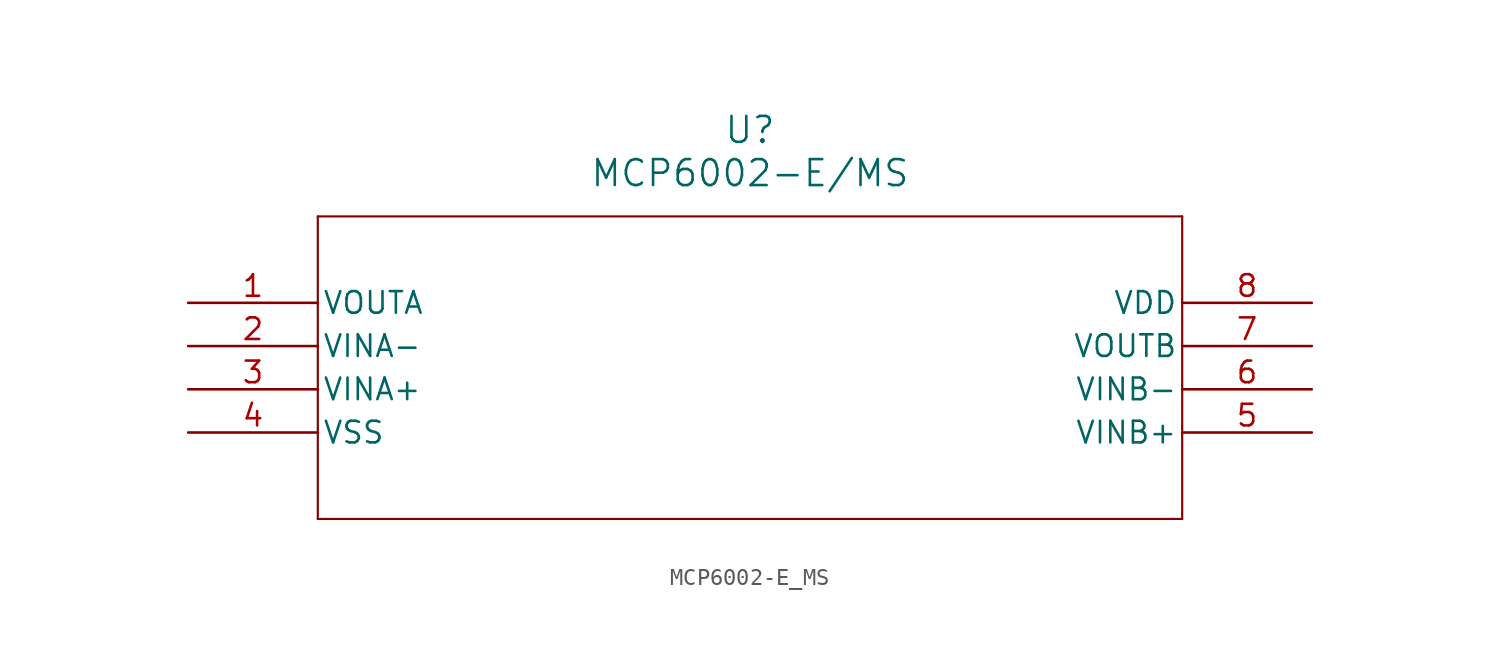
<source format=kicad_sym>
(kicad_symbol_lib
  (version 20211014)
  (generator kicad_symbol_editor)
  (symbol "MCP6002-E_MS"
    (pin_names
      (offset 0.254))
    (property "Reference" "U"
      (at 33.02 10.16 0)
      (effects (font (size 1.524 1.524))))
    (property "Value" "MCP6002-E/MS"
      (at 33.02 7.62 0)
      (effects (font (size 1.524 1.524))))
    (polyline
      (pts (xy 7.62 5.08) (xy 7.62 -12.7))
      (stroke (width 0.127) (type default) (color 0 0 0 0))
      (fill (type none)))
    (polyline
      (pts (xy 7.62 -12.7) (xy 58.42 -12.7))
      (stroke (width 0.127) (type default) (color 0 0 0 0))
      (fill (type none)))
    (polyline
      (pts (xy 58.42 -12.7) (xy 58.42 5.08))
      (stroke (width 0.127) (type default) (color 0 0 0 0))
      (fill (type none)))
    (polyline
      (pts (xy 58.42 5.08) (xy 7.62 5.08))
      (stroke (width 0.127) (type default) (color 0 0 0 0))
      (fill (type none)))
    (pin unspecified line
      (at 0 0 0)
      (length 7.62)
      (name "VOUTA" (effects (font (size 1.27 1.27))))
      (number "1" (effects (font (size 1.27 1.27)))))
    (pin unspecified line
      (at 0 -2.54 0)
      (length 7.62)
      (name "VINA-" (effects (font (size 1.27 1.27))))
      (number "2" (effects (font (size 1.27 1.27)))))
    (pin unspecified line
      (at 0 -5.08 0)
      (length 7.62)
      (name "VINA+" (effects (font (size 1.27 1.27))))
      (number "3" (effects (font (size 1.27 1.27)))))
    (pin unspecified line
      (at 0 -7.62 0)
      (length 7.62)
      (name "VSS" (effects (font (size 1.27 1.27))))
      (number "4" (effects (font (size 1.27 1.27)))))
    (pin unspecified line
      (at 66.04 -7.62 180)
      (length 7.62)
      (name "VINB+" (effects (font (size 1.27 1.27))))
      (number "5" (effects (font (size 1.27 1.27)))))
    (pin unspecified line
      (at 66.04 -5.08 180)
      (length 7.62)
      (name "VINB-" (effects (font (size 1.27 1.27))))
      (number "6" (effects (font (size 1.27 1.27)))))
    (pin unspecified line
      (at 66.04 -2.54 180)
      (length 7.62)
      (name "VOUTB" (effects (font (size 1.27 1.27))))
      (number "7" (effects (font (size 1.27 1.27)))))
    (pin unspecified line
      (at 66.04 0 180)
      (length 7.62)
      (name "VDD" (effects (font (size 1.27 1.27))))
      (number "8" (effects (font (size 1.27 1.27)))))))
</source>
